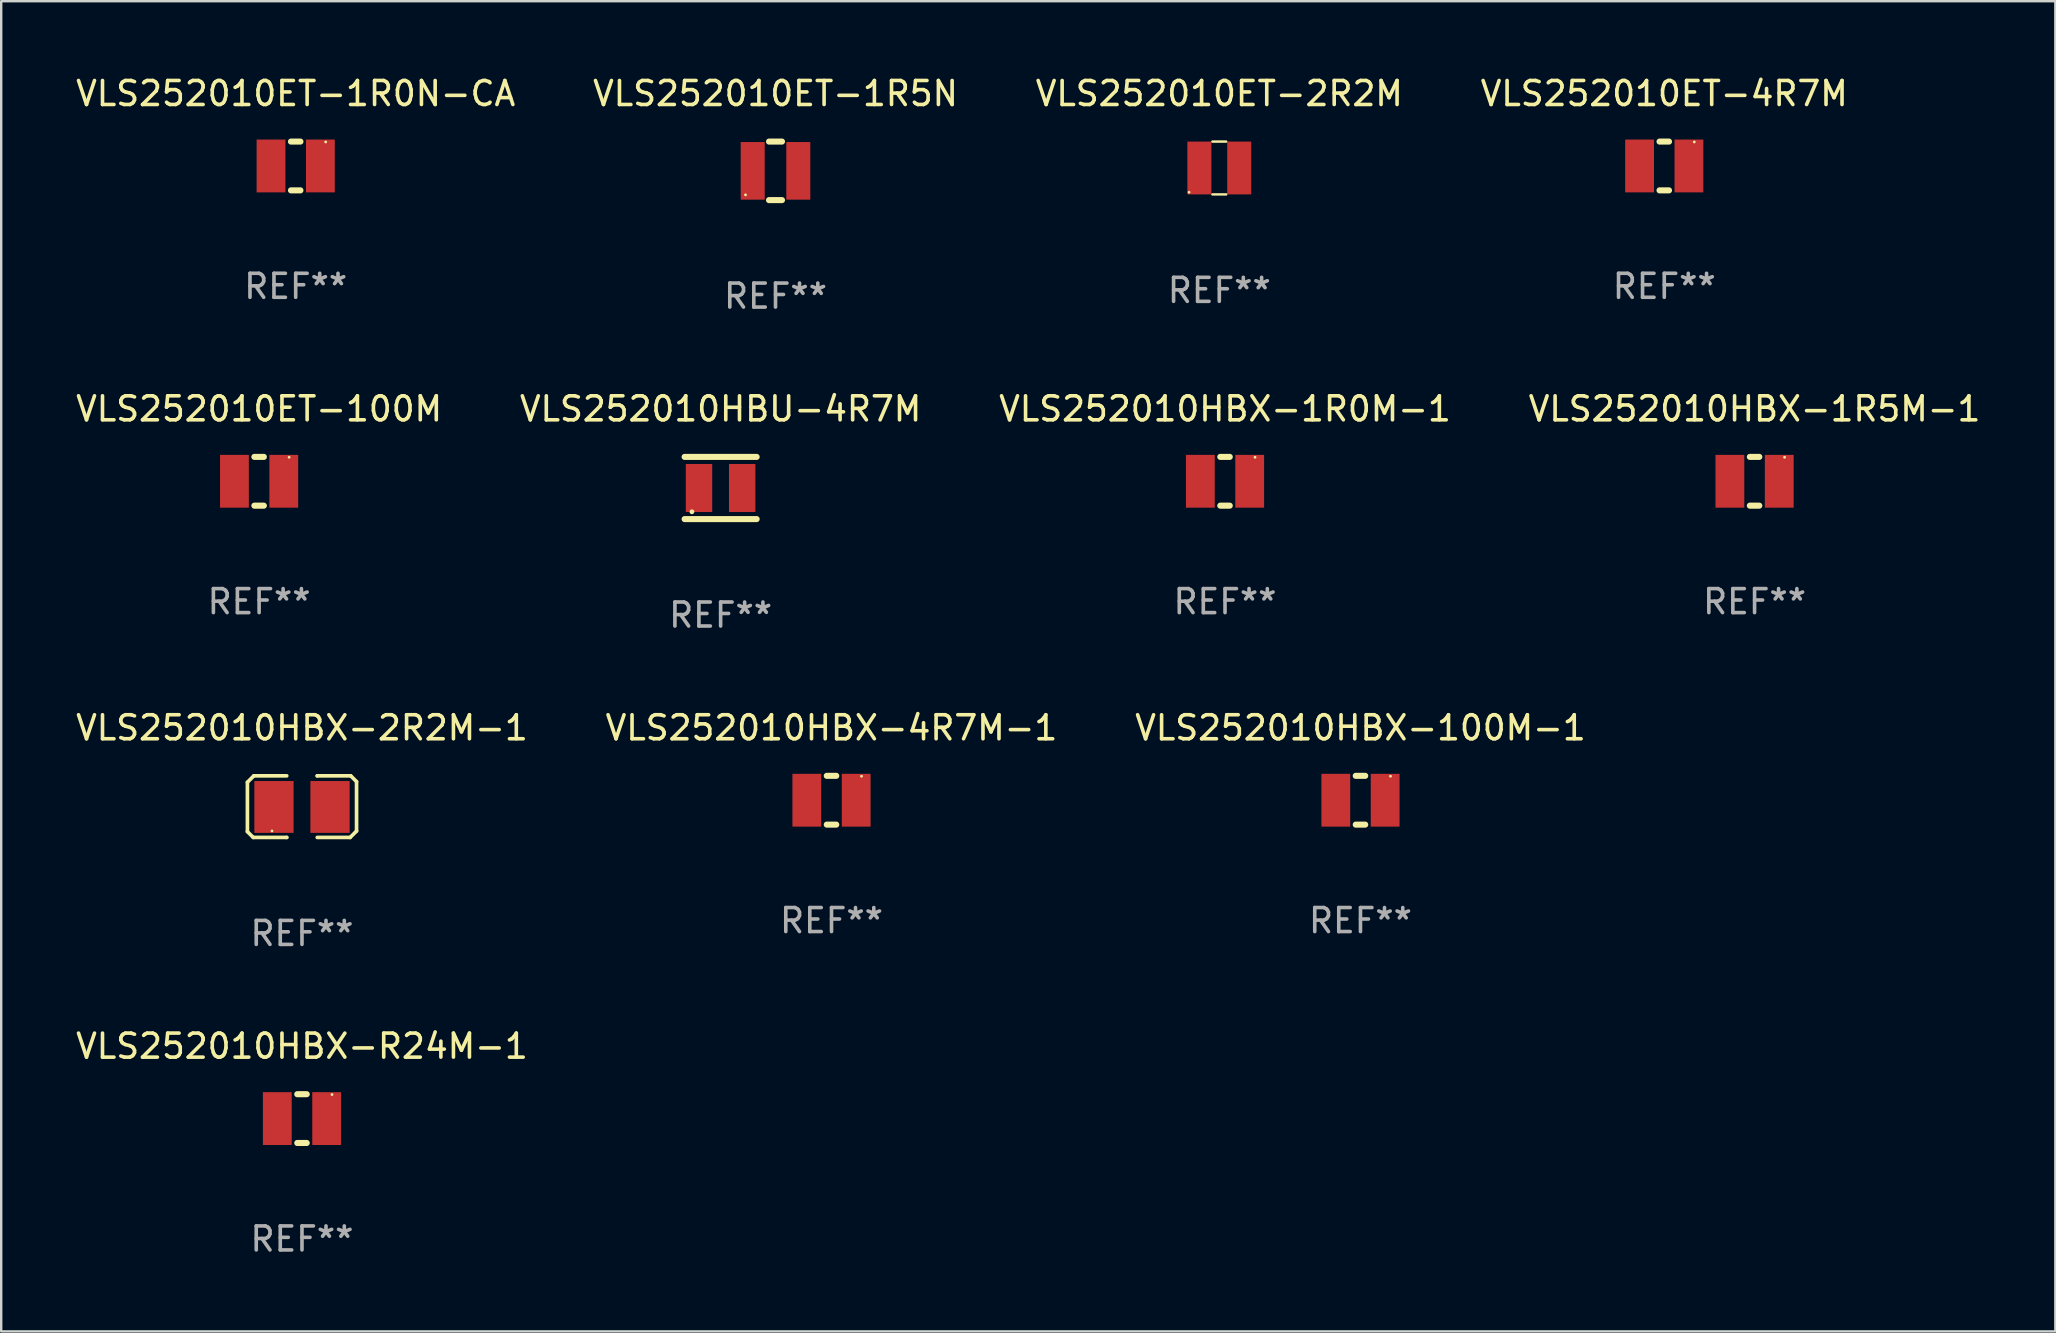
<source format=kicad_pcb>
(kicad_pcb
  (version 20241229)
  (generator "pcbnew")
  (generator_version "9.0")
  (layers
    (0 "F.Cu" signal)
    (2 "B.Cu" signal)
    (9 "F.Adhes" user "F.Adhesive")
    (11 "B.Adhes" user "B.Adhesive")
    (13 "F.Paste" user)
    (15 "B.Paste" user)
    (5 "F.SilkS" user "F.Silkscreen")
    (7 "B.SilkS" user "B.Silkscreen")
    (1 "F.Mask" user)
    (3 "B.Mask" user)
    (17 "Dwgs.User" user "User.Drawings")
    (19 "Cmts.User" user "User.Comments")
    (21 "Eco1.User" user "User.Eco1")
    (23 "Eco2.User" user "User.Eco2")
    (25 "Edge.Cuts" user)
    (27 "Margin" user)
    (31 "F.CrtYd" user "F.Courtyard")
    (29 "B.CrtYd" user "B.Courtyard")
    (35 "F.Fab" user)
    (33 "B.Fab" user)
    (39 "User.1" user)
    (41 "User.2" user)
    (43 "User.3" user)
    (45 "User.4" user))
  (footprint "VLS252010HBX-100M-1"
    (layer "F.Cu")
    (at 53.625 30.286)
    (property "Reference" "VLS252010HBX-100M-1" (at 0 -3.016 0) (layer "F.SilkS") (effects (font (size 1 1) (thickness 0.15))))
    (attr through_hole)
    (fp_line (start -0.197 1.016) (end 0.197 1.016) (stroke (width 0.254) (type solid)) (layer "F.SilkS"))
    (fp_line (start 0.197 -1.016) (end -0.197 -1.016) (stroke (width 0.254) (type solid)) (layer "F.SilkS"))
    (fp_circle (center 1.25 -1) (end 1.28 -1) (stroke (width 0.06) (type solid)) (fill no) (layer "F.SilkS"))
    (fp_text user "REF**" (at 0 5.016 0) (layer "F.Fab") (effects (font (size 1 1) (thickness 0.15))))
    (pad "1" smd rect (at 1.028 0) (size 1.2 2.2) (layers "F.Cu" "F.Mask" "F.Paste"))
    (pad "2" smd rect (at -1.028 0) (size 1.2 2.2) (layers "F.Cu" "F.Mask" "F.Paste")))
  (footprint "VLS252010HBX-1R0M-1"
    (layer "F.Cu")
    (at 47.982 16.999)
    (property "Reference" "VLS252010HBX-1R0M-1" (at 0 -3.016 0) (layer "F.SilkS") (effects (font (size 1 1) (thickness 0.15))))
    (attr through_hole)
    (fp_line (start -0.197 1.016) (end 0.197 1.016) (stroke (width 0.254) (type solid)) (layer "F.SilkS"))
    (fp_line (start 0.197 -1.016) (end -0.197 -1.016) (stroke (width 0.254) (type solid)) (layer "F.SilkS"))
    (fp_circle (center 1.25 -1) (end 1.28 -1) (stroke (width 0.06) (type solid)) (fill no) (layer "F.SilkS"))
    (fp_text user "REF**" (at 0 5.016 0) (layer "F.Fab") (effects (font (size 1 1) (thickness 0.15))))
    (pad "1" smd rect (at 1.028 0) (size 1.2 2.2) (layers "F.Cu" "F.Mask" "F.Paste"))
    (pad "2" smd rect (at -1.028 0) (size 1.2 2.2) (layers "F.Cu" "F.Mask" "F.Paste")))
  (footprint "VLS252010HBU-4R7M"
    (layer "F.Cu")
    (at 26.97 17.279)
    (property "Reference" "VLS252010HBU-4R7M" (at 0 -3.295 0) (layer "F.SilkS") (effects (font (size 1 1) (thickness 0.15))))
    (attr through_hole)
    (fp_line (start -1.5 -1.295) (end 1.5 -1.295) (stroke (width 0.254) (type solid)) (layer "F.SilkS"))
    (fp_line (start -1.5 1.295) (end 1.5 1.295) (stroke (width 0.254) (type solid)) (layer "F.SilkS"))
    (fp_circle (center -1.196 0.991) (end -1.146 0.991) (stroke (width 0.1) (type solid)) (fill no) (layer "F.SilkS"))
    (fp_text user "REF**" (at 0 5.295 0) (layer "F.Fab") (effects (font (size 1 1) (thickness 0.15))))
    (pad "1" smd rect (at -0.901 0) (size 1.1 2) (layers "F.Cu" "F.Mask" "F.Paste"))
    (pad "2" smd rect (at 0.898 0) (size 1.1 2) (layers "F.Cu" "F.Mask" "F.Paste")))
  (footprint "VLS252010HBX-2R2M-1"
    (layer "F.Cu")
    (at 9.53 30.553)
    (property "Reference" "VLS252010HBX-2R2M-1" (at 0 -3.283 0) (layer "F.SilkS") (effects (font (size 1 1) (thickness 0.15))))
    (attr through_hole)
    (fp_line (start -2.273 -1.016) (end -2.007 -1.283) (stroke (width 0.152) (type solid)) (layer "F.SilkS"))
    (fp_line (start -2.273 1.041) (end -2.273 -1.016) (stroke (width 0.152) (type solid)) (layer "F.SilkS"))
    (fp_line (start -2.032 1.283) (end -2.273 1.041) (stroke (width 0.152) (type solid)) (layer "F.SilkS"))
    (fp_line (start -2.007 -1.283) (end -0.635 -1.283) (stroke (width 0.152) (type solid)) (layer "F.SilkS"))
    (fp_line (start -0.635 1.283) (end -2.032 1.283) (stroke (width 0.152) (type solid)) (layer "F.SilkS"))
    (fp_line (start -0.635 1.283) (end -0.635 1.283) (stroke (width 0.152) (type solid)) (layer "F.SilkS"))
    (fp_line (start 0.635 -1.283) (end 0.635 -1.283) (stroke (width 0.152) (type solid)) (layer "F.SilkS"))
    (fp_line (start 0.635 -1.283) (end 2.032 -1.283) (stroke (width 0.152) (type solid)) (layer "F.SilkS"))
    (fp_line (start 2.007 1.283) (end 0.635 1.283) (stroke (width 0.152) (type solid)) (layer "F.SilkS"))
    (fp_line (start 2.032 -1.283) (end 2.273 -1.041) (stroke (width 0.152) (type solid)) (layer "F.SilkS"))
    (fp_line (start 2.273 -1.041) (end 2.273 1.016) (stroke (width 0.152) (type solid)) (layer "F.SilkS"))
    (fp_line (start 2.273 1.016) (end 2.007 1.283) (stroke (width 0.152) (type solid)) (layer "F.SilkS"))
    (fp_circle (center -1.25 1.013) (end -1.22 1.013) (stroke (width 0.06) (type solid)) (fill no) (layer "F.SilkS"))
    (fp_text user "REF**" (at 0 5.283 0) (layer "F.Fab") (effects (font (size 1 1) (thickness 0.15))))
    (pad "1" smd rect (at -1.167 0.013) (size 1.635 2.16) (layers "F.Cu" "F.Mask" "F.Paste"))
    (pad "2" smd rect (at 1.168 0.013) (size 1.635 2.16) (layers "F.Cu" "F.Mask" "F.Paste")))
  (footprint "VLS252010ET-2R2M"
    (layer "F.Cu")
    (at 47.744 3.948)
    (property "Reference" "VLS252010ET-2R2M" (at 0 -3.1 0) (layer "F.SilkS") (effects (font (size 1 1) (thickness 0.15))))
    (attr through_hole)
    (fp_line (start -0.287 -1.1) (end 0.287 -1.1) (stroke (width 0.102) (type solid)) (layer "F.SilkS"))
    (fp_line (start 0.287 1.1) (end -0.287 1.1) (stroke (width 0.102) (type solid)) (layer "F.SilkS"))
    (fp_circle (center -1.26 1.01) (end -1.23 1.01) (stroke (width 0.06) (type solid)) (fill no) (layer "F.SilkS"))
    (fp_text user "REF**" (at 0 5.1 0) (layer "F.Fab") (effects (font (size 1 1) (thickness 0.15))))
    (pad "1" smd rect (at -0.83 0) (size 1 2.2) (layers "F.Cu" "F.Mask" "F.Paste"))
    (pad "2" smd rect (at 0.83 0) (size 1 2.2) (layers "F.Cu" "F.Mask" "F.Paste")))
  (footprint "VLS252010ET-100M"
    (layer "F.Cu")
    (at 7.744 16.999)
    (property "Reference" "VLS252010ET-100M" (at 0 -3.016 0) (layer "F.SilkS") (effects (font (size 1 1) (thickness 0.15))))
    (attr through_hole)
    (fp_line (start -0.197 1.016) (end 0.197 1.016) (stroke (width 0.254) (type solid)) (layer "F.SilkS"))
    (fp_line (start 0.197 -1.016) (end -0.197 -1.016) (stroke (width 0.254) (type solid)) (layer "F.SilkS"))
    (fp_circle (center 1.25 -1) (end 1.28 -1) (stroke (width 0.06) (type solid)) (fill no) (layer "F.SilkS"))
    (fp_text user "REF**" (at 0 5.016 0) (layer "F.Fab") (effects (font (size 1 1) (thickness 0.15))))
    (pad "1" smd rect (at 1.028 0) (size 1.2 2.2) (layers "F.Cu" "F.Mask" "F.Paste"))
    (pad "2" smd rect (at -1.028 0) (size 1.2 2.2) (layers "F.Cu" "F.Mask" "F.Paste")))
  (footprint "VLS252010ET-1R0N-CA"
    (layer "F.Cu")
    (at 9.268 3.864)
    (property "Reference" "VLS252010ET-1R0N-CA" (at 0 -3.016 0) (layer "F.SilkS") (effects (font (size 1 1) (thickness 0.15))))
    (attr through_hole)
    (fp_line (start -0.197 1.016) (end 0.197 1.016) (stroke (width 0.254) (type solid)) (layer "F.SilkS"))
    (fp_line (start 0.197 -1.016) (end -0.197 -1.016) (stroke (width 0.254) (type solid)) (layer "F.SilkS"))
    (fp_circle (center 1.25 -1) (end 1.28 -1) (stroke (width 0.06) (type solid)) (fill no) (layer "F.SilkS"))
    (fp_text user "REF**" (at 0 5.016 0) (layer "F.Fab") (effects (font (size 1 1) (thickness 0.15))))
    (pad "1" smd rect (at 1.028 0) (size 1.2 2.2) (layers "F.Cu" "F.Mask" "F.Paste"))
    (pad "2" smd rect (at -1.028 0) (size 1.2 2.2) (layers "F.Cu" "F.Mask" "F.Paste")))
  (footprint "VLS252010HBX-4R7M-1"
    (layer "F.Cu")
    (at 31.589 30.286)
    (property "Reference" "VLS252010HBX-4R7M-1" (at 0 -3.016 0) (layer "F.SilkS") (effects (font (size 1 1) (thickness 0.15))))
    (attr through_hole)
    (fp_line (start -0.197 1.016) (end 0.197 1.016) (stroke (width 0.254) (type solid)) (layer "F.SilkS"))
    (fp_line (start 0.197 -1.016) (end -0.197 -1.016) (stroke (width 0.254) (type solid)) (layer "F.SilkS"))
    (fp_circle (center 1.25 -1) (end 1.28 -1) (stroke (width 0.06) (type solid)) (fill no) (layer "F.SilkS"))
    (fp_text user "REF**" (at 0 5.016 0) (layer "F.Fab") (effects (font (size 1 1) (thickness 0.15))))
    (pad "1" smd rect (at 1.028 0) (size 1.2 2.2) (layers "F.Cu" "F.Mask" "F.Paste"))
    (pad "2" smd rect (at -1.028 0) (size 1.2 2.2) (layers "F.Cu" "F.Mask" "F.Paste")))
  (footprint "VLS252010HBX-1R5M-1"
    (layer "F.Cu")
    (at 70.042 16.999)
    (property "Reference" "VLS252010HBX-1R5M-1" (at 0 -3.016 0) (layer "F.SilkS") (effects (font (size 1 1) (thickness 0.15))))
    (attr through_hole)
    (fp_line (start -0.197 1.016) (end 0.197 1.016) (stroke (width 0.254) (type solid)) (layer "F.SilkS"))
    (fp_line (start 0.197 -1.016) (end -0.197 -1.016) (stroke (width 0.254) (type solid)) (layer "F.SilkS"))
    (fp_circle (center 1.25 -1) (end 1.28 -1) (stroke (width 0.06) (type solid)) (fill no) (layer "F.SilkS"))
    (fp_text user "REF**" (at 0 5.016 0) (layer "F.Fab") (effects (font (size 1 1) (thickness 0.15))))
    (pad "1" smd rect (at 1.028 0) (size 1.2 2.2) (layers "F.Cu" "F.Mask" "F.Paste"))
    (pad "2" smd rect (at -1.028 0) (size 1.2 2.2) (layers "F.Cu" "F.Mask" "F.Paste")))
  (footprint "VLS252010ET-4R7M"
    (layer "F.Cu")
    (at 66.28 3.864)
    (property "Reference" "VLS252010ET-4R7M" (at 0 -3.016 0) (layer "F.SilkS") (effects (font (size 1 1) (thickness 0.15))))
    (attr through_hole)
    (fp_line (start -0.197 1.016) (end 0.197 1.016) (stroke (width 0.254) (type solid)) (layer "F.SilkS"))
    (fp_line (start 0.197 -1.016) (end -0.197 -1.016) (stroke (width 0.254) (type solid)) (layer "F.SilkS"))
    (fp_circle (center 1.25 -1) (end 1.28 -1) (stroke (width 0.06) (type solid)) (fill no) (layer "F.SilkS"))
    (fp_text user "REF**" (at 0 5.016 0) (layer "F.Fab") (effects (font (size 1 1) (thickness 0.15))))
    (pad "1" smd rect (at 1.028 0) (size 1.2 2.2) (layers "F.Cu" "F.Mask" "F.Paste"))
    (pad "2" smd rect (at -1.028 0) (size 1.2 2.2) (layers "F.Cu" "F.Mask" "F.Paste")))
  (footprint "VLS252010ET-1R5N"
    (layer "F.Cu")
    (at 29.256 4.067)
    (property "Reference" "VLS252010ET-1R5N" (at 0 -3.219 0) (layer "F.SilkS") (effects (font (size 1 1) (thickness 0.15))))
    (attr through_hole)
    (fp_line (start -0.27 1.219) (end 0.269 1.219) (stroke (width 0.254) (type solid)) (layer "F.SilkS"))
    (fp_line (start -0.269 -1.219) (end 0.27 -1.219) (stroke (width 0.254) (type solid)) (layer "F.SilkS"))
    (fp_circle (center -1.25 1) (end -1.22 1) (stroke (width 0.06) (type solid)) (fill no) (layer "F.SilkS"))
    (fp_text user "REF**" (at 0 5.219 0) (layer "F.Fab") (effects (font (size 1 1) (thickness 0.15))))
    (pad "1" smd rect (at -0.95 0) (size 1 2.4) (layers "F.Cu" "F.Mask" "F.Paste"))
    (pad "2" smd rect (at 0.95 0) (size 1 2.4) (layers "F.Cu" "F.Mask" "F.Paste")))
  (footprint "VLS252010HBX-R24M-1"
    (layer "F.Cu")
    (at 9.53 43.548)
    (property "Reference" "VLS252010HBX-R24M-1" (at 0 -3.016 0) (layer "F.SilkS") (effects (font (size 1 1) (thickness 0.15))))
    (attr through_hole)
    (fp_line (start -0.197 1.016) (end 0.197 1.016) (stroke (width 0.254) (type solid)) (layer "F.SilkS"))
    (fp_line (start 0.197 -1.016) (end -0.197 -1.016) (stroke (width 0.254) (type solid)) (layer "F.SilkS"))
    (fp_circle (center 1.25 -1) (end 1.28 -1) (stroke (width 0.06) (type solid)) (fill no) (layer "F.SilkS"))
    (fp_text user "REF**" (at 0 5.016 0) (layer "F.Fab") (effects (font (size 1 1) (thickness 0.15))))
    (pad "1" smd rect (at 1.028 0) (size 1.2 2.2) (layers "F.Cu" "F.Mask" "F.Paste"))
    (pad "2" smd rect (at -1.028 0) (size 1.2 2.2) (layers "F.Cu" "F.Mask" "F.Paste")))
  (gr_rect
    (start -3 -3)
    (end 82.571 52.413)
    (stroke (width 0.1) (type default))
    (fill no)
    (layer "Edge.Cuts")))
</source>
